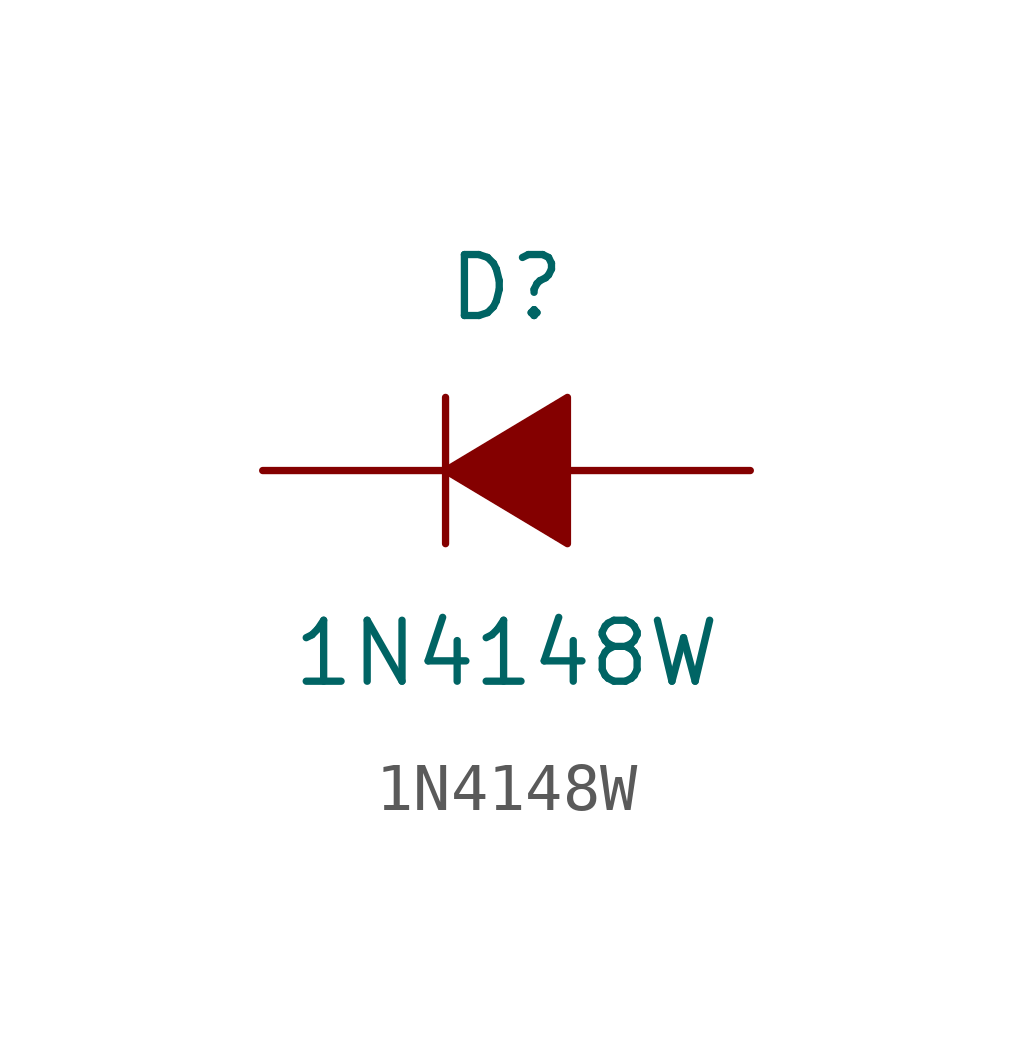
<source format=kicad_sym>
(kicad_symbol_lib
  (version 20211014)
  (generator kicad_symbol_editor)
  (symbol "1N4148W"
    (pin_numbers hide)
    (pin_names
      (offset 1.016) hide)
    (property "Reference" "D"
      (at 0 3.81 0)
      (effects (font (size 1.27 1.27))))
    (property "Value" "1N4148W"
      (at 0 -3.81 0)
      (effects (font (size 1.27 1.27))))
    (symbol "1N4148W_1_1"
      (polyline (pts (xy -1.27 -1.524) (xy -1.27 1.524)) (stroke (width 0.152) (type default) (color 0 0 0 0)) (fill (type none)))
      (polyline (pts (xy 1.27 1.524) (xy -1.27 0) (xy 1.27 -1.524) (xy 1.27 1.524)) (stroke (width 0.152) (type default) (color 0 0 0 0)) (fill (type outline)))
      (pin input line (at -5.08 0 0) (length 3.81) (name "K" (effects (font (size 1.27 1.27)))) (number "1" (effects (font (size 1.27 1.27)))))
      (pin input line (at 5.08 0 180) (length 3.81) (name "A" (effects (font (size 1.27 1.27)))) (number "2" (effects (font (size 1.27 1.27))))))))
</source>
